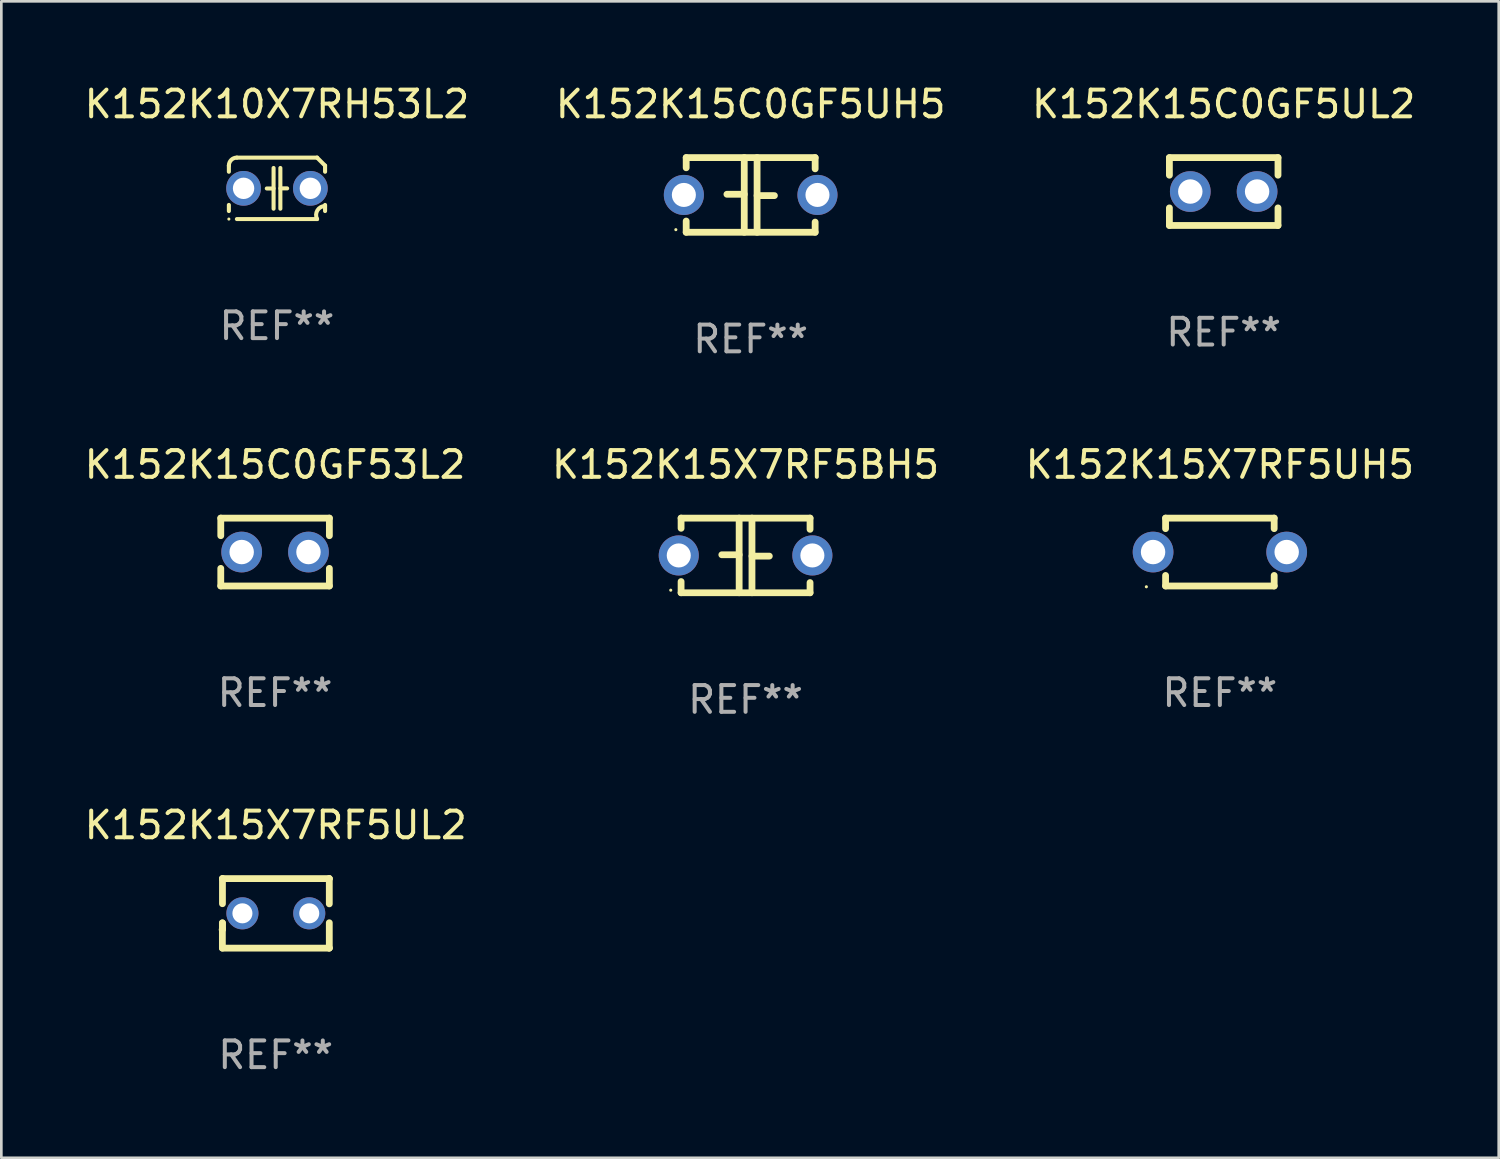
<source format=kicad_pcb>
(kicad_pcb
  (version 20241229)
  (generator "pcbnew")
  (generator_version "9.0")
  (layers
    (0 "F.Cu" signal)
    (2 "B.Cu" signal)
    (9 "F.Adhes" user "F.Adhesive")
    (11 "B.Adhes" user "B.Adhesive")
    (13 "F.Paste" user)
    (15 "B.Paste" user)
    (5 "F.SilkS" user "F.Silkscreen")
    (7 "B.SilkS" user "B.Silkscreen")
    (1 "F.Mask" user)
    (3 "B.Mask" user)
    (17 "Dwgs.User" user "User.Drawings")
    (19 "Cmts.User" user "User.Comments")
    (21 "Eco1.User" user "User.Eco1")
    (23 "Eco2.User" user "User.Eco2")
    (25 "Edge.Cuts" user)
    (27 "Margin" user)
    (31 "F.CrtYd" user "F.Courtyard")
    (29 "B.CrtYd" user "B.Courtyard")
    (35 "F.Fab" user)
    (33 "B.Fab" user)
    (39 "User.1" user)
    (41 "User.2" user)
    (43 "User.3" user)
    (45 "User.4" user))
  (footprint "K152K15C0GF53L2"
    (layer "F.Cu")
    (at 7.244 17.609)
    (property "Reference" "K152K15C0GF53L2" (at 0 -3.27 0) (layer "F.SilkS") (effects (font (size 1 1) (thickness 0.15))))
    (attr through_hole)
    (fp_line (start -2.032 -1.27) (end -2.032 -0.611) (stroke (width 0.254) (type solid)) (layer "F.SilkS"))
    (fp_line (start -2.032 0.611) (end -2.032 1.27) (stroke (width 0.254) (type solid)) (layer "F.SilkS"))
    (fp_line (start -2.032 1.27) (end 2.032 1.27) (stroke (width 0.254) (type solid)) (layer "F.SilkS"))
    (fp_line (start 2.032 -1.27) (end -2.032 -1.27) (stroke (width 0.254) (type solid)) (layer "F.SilkS"))
    (fp_line (start 2.032 -0.611) (end 2.032 -1.27) (stroke (width 0.254) (type solid)) (layer "F.SilkS"))
    (fp_line (start 2.032 1.27) (end 2.032 0.611) (stroke (width 0.254) (type solid)) (layer "F.SilkS"))
    (fp_circle (center -2 1.3) (end -1.97 1.3) (stroke (width 0.06) (type solid)) (fill no) (layer "F.SilkS"))
    (fp_text user "REF**" (at 0 5.27 0) (layer "F.Fab") (effects (font (size 1 1) (thickness 0.15))))
    (pad "1" thru_hole circle (at -1.25 0) (size 1.524 1.524) (drill 0.914) (layers "*.Cu" "*.Mask"))
    (pad "2" thru_hole circle (at 1.25 0) (size 1.524 1.524) (drill 0.914) (layers "*.Cu" "*.Mask")))
  (footprint "K152K15X7RF5UH5"
    (layer "F.Cu")
    (at 42.601 17.609)
    (property "Reference" "K152K15X7RF5UH5" (at 0 -3.27 0) (layer "F.SilkS") (effects (font (size 1 1) (thickness 0.15))))
    (attr through_hole)
    (fp_line (start -2.032 -1.27) (end -2.032 -0.876) (stroke (width 0.254) (type solid)) (layer "F.SilkS"))
    (fp_line (start -2.032 0.876) (end -2.032 1.27) (stroke (width 0.254) (type solid)) (layer "F.SilkS"))
    (fp_line (start -2.032 1.27) (end 2.032 1.27) (stroke (width 0.254) (type solid)) (layer "F.SilkS"))
    (fp_line (start 2.032 -1.27) (end -2.032 -1.27) (stroke (width 0.254) (type solid)) (layer "F.SilkS"))
    (fp_line (start 2.032 -0.876) (end 2.032 -1.27) (stroke (width 0.254) (type solid)) (layer "F.SilkS"))
    (fp_line (start 2.032 1.27) (end 2.032 0.876) (stroke (width 0.254) (type solid)) (layer "F.SilkS"))
    (fp_circle (center -2.751 1.3) (end -2.721 1.3) (stroke (width 0.06) (type solid)) (fill no) (layer "F.SilkS"))
    (fp_text user "REF**" (at 0 5.27 0) (layer "F.Fab") (effects (font (size 1 1) (thickness 0.15))))
    (pad "1" thru_hole circle (at -2.5 0) (size 1.524 1.524) (drill 0.914) (layers "*.Cu" "*.Mask"))
    (pad "2" thru_hole circle (at 2.5 0) (size 1.524 1.524) (drill 0.914) (layers "*.Cu" "*.Mask")))
  (footprint "K152K15C0GF5UL2"
    (layer "F.Cu")
    (at 42.744 4.118)
    (property "Reference" "K152K15C0GF5UL2" (at 0 -3.27 0) (layer "F.SilkS") (effects (font (size 1 1) (thickness 0.15))))
    (attr through_hole)
    (fp_line (start -2.032 -1.27) (end -2.032 -0.611) (stroke (width 0.254) (type solid)) (layer "F.SilkS"))
    (fp_line (start -2.032 0.611) (end -2.032 1.27) (stroke (width 0.254) (type solid)) (layer "F.SilkS"))
    (fp_line (start -2.032 1.27) (end 2.032 1.27) (stroke (width 0.254) (type solid)) (layer "F.SilkS"))
    (fp_line (start 2.032 -1.27) (end -2.032 -1.27) (stroke (width 0.254) (type solid)) (layer "F.SilkS"))
    (fp_line (start 2.032 -0.611) (end 2.032 -1.27) (stroke (width 0.254) (type solid)) (layer "F.SilkS"))
    (fp_line (start 2.032 1.27) (end 2.032 0.611) (stroke (width 0.254) (type solid)) (layer "F.SilkS"))
    (fp_circle (center -2 1.3) (end -1.97 1.3) (stroke (width 0.06) (type solid)) (fill no) (layer "F.SilkS"))
    (fp_text user "REF**" (at 0 5.27 0) (layer "F.Fab") (effects (font (size 1 1) (thickness 0.15))))
    (pad "1" thru_hole circle (at -1.25 0) (size 1.524 1.524) (drill 0.914) (layers "*.Cu" "*.Mask"))
    (pad "2" thru_hole circle (at 1.25 0) (size 1.524 1.524) (drill 0.914) (layers "*.Cu" "*.Mask")))
  (footprint "K152K15C0GF5UH5"
    (layer "F.Cu")
    (at 25.042 4.245)
    (property "Reference" "K152K15C0GF5UH5" (at 0 -3.397 0) (layer "F.SilkS") (effects (font (size 1 1) (thickness 0.15))))
    (attr through_hole)
    (fp_line (start -2.413 -1.397) (end 2.413 -1.397) (stroke (width 0.254) (type solid)) (layer "F.SilkS"))
    (fp_line (start -2.413 -1.016) (end -2.413 -1.397) (stroke (width 0.254) (type solid)) (layer "F.SilkS"))
    (fp_line (start -2.413 0.977) (end -2.413 1.397) (stroke (width 0.254) (type solid)) (layer "F.SilkS"))
    (fp_line (start -0.24 -0.025) (end -0.889 -0.025) (stroke (width 0.254) (type solid)) (layer "F.SilkS"))
    (fp_line (start -0.24 1.397) (end -0.24 -1.397) (stroke (width 0.254) (type solid)) (layer "F.SilkS"))
    (fp_line (start 0.24 -1.397) (end 0.24 1.397) (stroke (width 0.254) (type solid)) (layer "F.SilkS"))
    (fp_line (start 0.24 0.025) (end 0.889 0.025) (stroke (width 0.254) (type solid)) (layer "F.SilkS"))
    (fp_line (start 2.413 -0.977) (end 2.413 -1.397) (stroke (width 0.254) (type solid)) (layer "F.SilkS"))
    (fp_line (start 2.413 1.016) (end 2.413 1.397) (stroke (width 0.254) (type solid)) (layer "F.SilkS"))
    (fp_line (start 2.413 1.397) (end -2.413 1.397) (stroke (width 0.254) (type solid)) (layer "F.SilkS"))
    (fp_circle (center -2.8 1.3) (end -2.77 1.3) (stroke (width 0.06) (type solid)) (fill no) (layer "F.SilkS"))
    (fp_text user "REF**" (at 0 5.397 0) (layer "F.Fab") (effects (font (size 1 1) (thickness 0.15))))
    (pad "1" thru_hole circle (at -2.5 0) (size 1.5 1.5) (drill 0.9) (layers "*.Cu" "*.Mask"))
    (pad "2" thru_hole circle (at 2.5 0) (size 1.5 1.5) (drill 0.9) (layers "*.Cu" "*.Mask")))
  (footprint "K152K15X7RF5BH5"
    (layer "F.Cu")
    (at 24.851 17.736)
    (property "Reference" "K152K15X7RF5BH5" (at 0 -3.397 0) (layer "F.SilkS") (effects (font (size 1 1) (thickness 0.15))))
    (attr through_hole)
    (fp_line (start -2.413 -1.397) (end 2.413 -1.397) (stroke (width 0.254) (type solid)) (layer "F.SilkS"))
    (fp_line (start -2.413 -1.016) (end -2.413 -1.397) (stroke (width 0.254) (type solid)) (layer "F.SilkS"))
    (fp_line (start -2.413 0.977) (end -2.413 1.397) (stroke (width 0.254) (type solid)) (layer "F.SilkS"))
    (fp_line (start -0.24 -0.025) (end -0.889 -0.025) (stroke (width 0.254) (type solid)) (layer "F.SilkS"))
    (fp_line (start -0.24 1.397) (end -0.24 -1.397) (stroke (width 0.254) (type solid)) (layer "F.SilkS"))
    (fp_line (start 0.24 -1.397) (end 0.24 1.397) (stroke (width 0.254) (type solid)) (layer "F.SilkS"))
    (fp_line (start 0.24 0.025) (end 0.889 0.025) (stroke (width 0.254) (type solid)) (layer "F.SilkS"))
    (fp_line (start 2.413 -0.977) (end 2.413 -1.397) (stroke (width 0.254) (type solid)) (layer "F.SilkS"))
    (fp_line (start 2.413 1.016) (end 2.413 1.397) (stroke (width 0.254) (type solid)) (layer "F.SilkS"))
    (fp_line (start 2.413 1.397) (end -2.413 1.397) (stroke (width 0.254) (type solid)) (layer "F.SilkS"))
    (fp_circle (center -2.8 1.3) (end -2.77 1.3) (stroke (width 0.06) (type solid)) (fill no) (layer "F.SilkS"))
    (fp_text user "REF**" (at 0 5.397 0) (layer "F.Fab") (effects (font (size 1 1) (thickness 0.15))))
    (pad "1" thru_hole circle (at -2.5 0) (size 1.5 1.5) (drill 0.9) (layers "*.Cu" "*.Mask"))
    (pad "2" thru_hole circle (at 2.5 0) (size 1.5 1.5) (drill 0.9) (layers "*.Cu" "*.Mask")))
  (footprint "K152K15X7RF5UL2"
    (layer "F.Cu")
    (at 7.268 31.13)
    (property "Reference" "K152K15X7RF5UL2" (at 0 -3.301 0) (layer "F.SilkS") (effects (font (size 1 1) (thickness 0.15))))
    (attr through_hole)
    (fp_line (start -1.996 0.354) (end -1.996 1.301) (stroke (width 0.254) (type solid)) (layer "F.SilkS"))
    (fp_line (start -1.996 1.301) (end 2.002 1.301) (stroke (width 0.254) (type solid)) (layer "F.SilkS"))
    (fp_line (start -1.993 -1.299) (end -1.993 -0.36) (stroke (width 0.254) (type solid)) (layer "F.SilkS"))
    (fp_line (start -1.993 0.358) (end -1.993 0.599) (stroke (width 0.254) (type solid)) (layer "F.SilkS"))
    (fp_line (start -1.993 0.599) (end -2.005 0.61) (stroke (width 0.254) (type solid)) (layer "F.SilkS"))
    (fp_line (start -1.992 -1.301) (end -1.993 -1.299) (stroke (width 0.254) (type solid)) (layer "F.SilkS"))
    (fp_line (start 2.002 1.301) (end 2.005 1.298) (stroke (width 0.254) (type solid)) (layer "F.SilkS"))
    (fp_line (start 2.003 -1.301) (end -1.992 -1.301) (stroke (width 0.254) (type solid)) (layer "F.SilkS"))
    (fp_line (start 2.005 -1.299) (end 2.003 -1.301) (stroke (width 0.254) (type solid)) (layer "F.SilkS"))
    (fp_line (start 2.005 -0.355) (end 2.005 -1.299) (stroke (width 0.254) (type solid)) (layer "F.SilkS"))
    (fp_line (start 2.005 1.298) (end 2.005 0.352) (stroke (width 0.254) (type solid)) (layer "F.SilkS"))
    (fp_circle (center -1.996 1.299) (end -1.966 1.299) (stroke (width 0.06) (type solid)) (fill no) (layer "F.SilkS"))
    (fp_text user "REF**" (at 0 5.301 0) (layer "F.Fab") (effects (font (size 1 1) (thickness 0.15))))
    (pad "1" thru_hole circle (at -1.246 -0.001) (size 1.2 1.2) (drill 0.75) (layers "*.Cu" "*.Mask"))
    (pad "2" thru_hole circle (at 1.255 -0.001) (size 1.2 1.2) (drill 0.75) (layers "*.Cu" "*.Mask")))
  (footprint "K152K10X7RH53L2"
    (layer "F.Cu")
    (at 7.315 3.998)
    (property "Reference" "K152K10X7RH53L2" (at 0 -3.15 0) (layer "F.SilkS") (effects (font (size 1 1) (thickness 0.15))))
    (attr through_hole)
    (fp_line (start -1.8 -0.621) (end -1.8 -0.85) (stroke (width 0.152) (type solid)) (layer "F.SilkS"))
    (fp_line (start -1.8 0.85) (end -1.8 0.621) (stroke (width 0.152) (type solid)) (layer "F.SilkS"))
    (fp_line (start -1.5 -1.15) (end 1.5 -1.15) (stroke (width 0.152) (type solid)) (layer "F.SilkS"))
    (fp_line (start -0.127 -0.762) (end -0.127 0.762) (stroke (width 0.152) (type solid)) (layer "F.SilkS"))
    (fp_line (start -0.127 0.005) (end -0.381 0.005) (stroke (width 0.152) (type solid)) (layer "F.SilkS"))
    (fp_line (start 0.127 -0.762) (end 0.127 0.762) (stroke (width 0.152) (type solid)) (layer "F.SilkS"))
    (fp_line (start 0.127 0.002) (end 0.381 0.002) (stroke (width 0.152) (type solid)) (layer "F.SilkS"))
    (fp_line (start 1.5 1.15) (end -1.5 1.15) (stroke (width 0.152) (type solid)) (layer "F.SilkS"))
    (fp_line (start 1.8 -0.85) (end 1.8 -0.621) (stroke (width 0.152) (type solid)) (layer "F.SilkS"))
    (fp_line (start 1.8 0.621) (end 1.8 0.85) (stroke (width 0.152) (type solid)) (layer "F.SilkS"))
    (fp_arc (start -1.799975 -0.849987) (mid -1.712107 -1.062119) (end -1.499975 -1.149987) (stroke (width 0.151994) (type solid)) (layer "F.SilkS"))
    (fp_arc (start 1.499975 1.149987) (mid 1.513726 0.822359) (end 1.799975 0.662387) (stroke (width 0.151994) (type solid)) (layer "F.SilkS"))
    (fp_arc (start 1.500001 -1.149986) (mid 1.650015 -1.000001) (end 1.8 -0.849987) (stroke (width 0.151994) (type solid)) (layer "F.SilkS"))
    (fp_circle (center -1.8 1.15) (end -1.77 1.15) (stroke (width 0.06) (type solid)) (fill no) (layer "F.SilkS"))
    (fp_text user "REF**" (at 0 5.15 0) (layer "F.Fab") (effects (font (size 1 1) (thickness 0.15))))
    (pad "1" thru_hole circle (at -1.25 0) (size 1.3 1.3) (drill 0.8) (layers "*.Cu" "*.Mask"))
    (pad "2" thru_hole circle (at 1.25 0) (size 1.3 1.3) (drill 0.8) (layers "*.Cu" "*.Mask")))
  (gr_rect
    (start -3 -3)
    (end 53.036 40.279)
    (stroke (width 0.1) (type default))
    (fill no)
    (layer "Edge.Cuts")))
</source>
